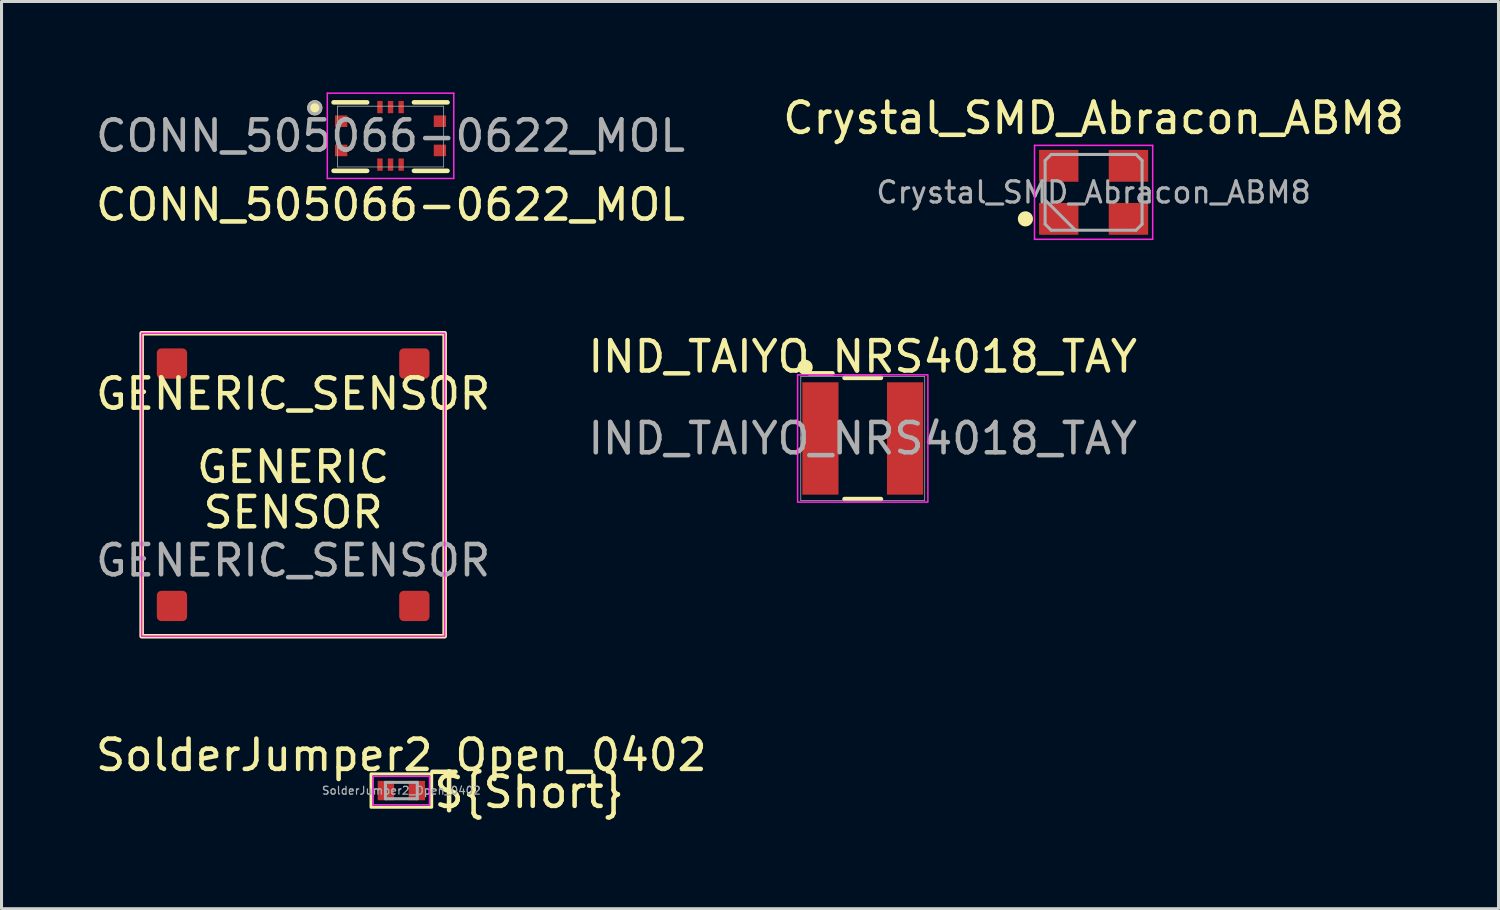
<source format=kicad_pcb>
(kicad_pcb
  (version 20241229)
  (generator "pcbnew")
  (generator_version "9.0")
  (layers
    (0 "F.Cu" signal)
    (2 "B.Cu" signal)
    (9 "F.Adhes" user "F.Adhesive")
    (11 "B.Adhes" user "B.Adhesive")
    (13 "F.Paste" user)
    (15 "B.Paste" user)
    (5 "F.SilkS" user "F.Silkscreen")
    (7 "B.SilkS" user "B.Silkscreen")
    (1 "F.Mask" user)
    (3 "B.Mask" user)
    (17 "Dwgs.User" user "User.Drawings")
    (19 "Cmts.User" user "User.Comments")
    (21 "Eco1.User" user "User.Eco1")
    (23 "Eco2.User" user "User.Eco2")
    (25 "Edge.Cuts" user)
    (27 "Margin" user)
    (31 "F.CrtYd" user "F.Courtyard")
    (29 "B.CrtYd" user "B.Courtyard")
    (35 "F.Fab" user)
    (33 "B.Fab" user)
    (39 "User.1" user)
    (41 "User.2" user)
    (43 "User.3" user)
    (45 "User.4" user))
  (footprint "IND_TAIYO_NRS4018_TAY"
    (layer "F.Cu")
    (at 25.423 11.421)
    (property "Reference" "IND_TAIYO_NRS4018_TAY" (at 0 -2.7 0) (unlocked yes) (layer "F.SilkS") (effects (font (size 1 1) (thickness 0.15))))
    (attr smd)
    (fp_line (start -0.6 2) (end 0.6 2) (stroke (width 0.15) (type solid)) (layer "F.SilkS"))
    (fp_line (start 0.6 -2) (end -0.6 -2) (stroke (width 0.15) (type solid)) (layer "F.SilkS"))
    (fp_circle (center -1.9 -2.35) (end -1.7 -2.35) (stroke (width 0.1) (type solid)) (fill yes) (layer "F.SilkS"))
    (fp_rect (start -2.15 -2.1) (end 2.15 2.1) (stroke (width 0.05) (type default)) (fill no) (layer "F.CrtYd"))
    (fp_line (start -2.045 -2.045) (end -2.045 2.045) (stroke (width 0.025) (type solid)) (layer "F.Fab"))
    (fp_line (start -2.045 2.045) (end 2.045 2.045) (stroke (width 0.025) (type solid)) (layer "F.Fab"))
    (fp_line (start 2.045 -2.045) (end -2.045 -2.045) (stroke (width 0.025) (type solid)) (layer "F.Fab"))
    (fp_line (start 2.045 2.045) (end 2.045 -2.045) (stroke (width 0.025) (type solid)) (layer "F.Fab"))
    (fp_circle (center -1.968 0) (end -1.892 0) (stroke (width 0.025) (type solid)) (fill no) (layer "F.Fab"))
    (fp_text user "${REFERENCE}" (at 0 0 0) (unlocked yes) (layer "F.Fab") (effects (font (size 1 1) (thickness 0.15))))
    (pad "1" smd rect (at -1.397 0) (size 1.194 3.708) (layers "F.Cu" "F.Mask" "F.Paste"))
    (pad "2" smd rect (at 1.397 0) (size 1.194 3.708) (layers "F.Cu" "F.Mask" "F.Paste"))
    (zone (net_name "") (layer "F.Cu") (hatch full 0.508) (connect_pads) (min_thickness 0.254) (filled_areas_thickness no) (keepout (tracks not_allowed) (vias not_allowed) (pads allowed) (copperpour not_allowed) (footprints allowed)) (placement (enabled no)) (fill) (polygon (pts (xy 24.673 9.428) (xy 26.172 9.428) (xy 26.172 13.415) (xy 24.673 13.415)))))
  (footprint "GENERIC_SENSOR"
    (layer "F.Cu")
    (at 6.625 12.948)
    (property "Reference" "GENERIC_SENSOR" (at 0 -3 0) (unlocked yes) (layer "F.SilkS") (effects (font (size 1 1) (thickness 0.15))))
    (attr smd)
    (fp_rect (start -5 -5) (end 5 5) (stroke (width 0.15) (type solid)) (fill no) (layer "F.SilkS"))
    (fp_rect (start -5 -5) (end 5 5) (stroke (width 0.05) (type default)) (fill no) (layer "F.CrtYd"))
    (fp_text user "GENERIC\n" (at 0 0 0) (unlocked yes) (layer "F.SilkS") (effects (font (size 1 1) (thickness 0.15)) (justify bottom)))
    (fp_text user "SENSOR" (at 0 1.5 0) (unlocked yes) (layer "F.SilkS") (effects (font (size 1 1) (thickness 0.15)) (justify bottom)))
    (fp_text user "${REFERENCE}" (at 0 2.5 0) (unlocked yes) (layer "F.Fab") (effects (font (size 1 1) (thickness 0.15))))
    (pad "1" smd roundrect (at -4 -4) (size 1 1) (layers "F.Cu" "F.Mask" "F.Paste") (roundrect_rratio 0.15))
    (pad "2" smd roundrect (at -4 4) (size 1 1) (layers "F.Cu" "F.Mask" "F.Paste") (roundrect_rratio 0.15))
    (pad "3" smd roundrect (at 4 4) (size 1 1) (layers "F.Cu" "F.Mask" "F.Paste") (roundrect_rratio 0.15))
    (pad "4" smd roundrect (at 4 -4) (size 1 1) (layers "F.Cu" "F.Mask" "F.Paste") (roundrect_rratio 0.15)))
  (footprint "Crystal_SMD_Abracon_ABM8"
    (layer "F.Cu")
    (at 33.042 3.298)
    (property "Reference" "Crystal_SMD_Abracon_ABM8" (at 0 -2.45 0) (layer "F.SilkS") (effects (font (size 1 1) (thickness 0.15))))
    (attr smd)
    (fp_circle (center -2.25 0.875) (end -2.05 0.875) (stroke (width 0.1) (type solid)) (fill yes) (layer "F.SilkS"))
    (fp_line (start -1.95 -1.55) (end -1.95 1.55) (stroke (width 0.05) (type solid)) (layer "F.CrtYd"))
    (fp_line (start -1.95 1.55) (end 1.95 1.55) (stroke (width 0.05) (type solid)) (layer "F.CrtYd"))
    (fp_line (start 1.95 -1.55) (end -1.95 -1.55) (stroke (width 0.05) (type solid)) (layer "F.CrtYd"))
    (fp_line (start 1.95 1.55) (end 1.95 -1.55) (stroke (width 0.05) (type solid)) (layer "F.CrtYd"))
    (fp_line (start -1.6 -1.05) (end -1.4 -1.25) (stroke (width 0.1) (type solid)) (layer "F.Fab"))
    (fp_line (start -1.6 0.25) (end -0.6 1.25) (stroke (width 0.1) (type solid)) (layer "F.Fab"))
    (fp_line (start -1.6 1.05) (end -1.6 -1.05) (stroke (width 0.1) (type solid)) (layer "F.Fab"))
    (fp_line (start -1.4 -1.25) (end 1.4 -1.25) (stroke (width 0.1) (type solid)) (layer "F.Fab"))
    (fp_line (start -1.4 1.25) (end -1.6 1.05) (stroke (width 0.1) (type solid)) (layer "F.Fab"))
    (fp_line (start 1.4 -1.25) (end 1.6 -1.05) (stroke (width 0.1) (type solid)) (layer "F.Fab"))
    (fp_line (start 1.4 1.25) (end -1.4 1.25) (stroke (width 0.1) (type solid)) (layer "F.Fab"))
    (fp_line (start 1.6 -1.05) (end 1.6 1.05) (stroke (width 0.1) (type solid)) (layer "F.Fab"))
    (fp_line (start 1.6 1.05) (end 1.4 1.25) (stroke (width 0.1) (type solid)) (layer "F.Fab"))
    (fp_text user "${REFERENCE}" (at 0 0 0) (layer "F.Fab") (effects (font (size 0.7 0.7) (thickness 0.105))))
    (pad "1" smd rect (at -1.15 0.875) (size 1.3 1.05) (layers "F.Cu" "F.Mask" "F.Paste"))
    (pad "2" smd rect (at 1.15 0.875) (size 1.3 1.05) (layers "F.Cu" "F.Mask" "F.Paste"))
    (pad "3" smd rect (at 1.15 -0.875) (size 1.3 1.05) (layers "F.Cu" "F.Mask" "F.Paste"))
    (pad "4" smd rect (at -1.15 -0.875) (size 1.3 1.05) (layers "F.Cu" "F.Mask" "F.Paste")))
  (footprint "CONN_505066-0622_MOL"
    (layer "F.Cu")
    (at 9.839 1.458)
    (property "Reference" "CONN_505066-0622_MOL" (at 0 2.25 0) (unlocked yes) (layer "F.SilkS") (effects (font (size 1 1) (thickness 0.15))))
    (attr smd)
    (fp_line (start -1.88 1.13) (end -0.772 1.13) (stroke (width 0.15) (type solid)) (layer "F.SilkS"))
    (fp_line (start -0.772 -1.13) (end -1.88 -1.13) (stroke (width 0.15) (type solid)) (layer "F.SilkS"))
    (fp_line (start 0.772 1.13) (end 1.88 1.13) (stroke (width 0.15) (type solid)) (layer "F.SilkS"))
    (fp_line (start 1.88 -1.13) (end 0.772 -1.13) (stroke (width 0.15) (type solid)) (layer "F.SilkS"))
    (fp_circle (center -2.5 -0.95) (end -2.3 -0.95) (stroke (width 0.1) (type solid)) (fill yes) (layer "F.SilkS"))
    (fp_line (start -2.087 -1.433) (end -2.087 1.382) (stroke (width 0.05) (type solid)) (layer "F.CrtYd"))
    (fp_line (start -2.087 1.382) (end 2.087 1.382) (stroke (width 0.05) (type solid)) (layer "F.CrtYd"))
    (fp_line (start 2.087 -1.433) (end -2.087 -1.433) (stroke (width 0.05) (type solid)) (layer "F.CrtYd"))
    (fp_line (start 2.087 1.382) (end 2.087 -1.433) (stroke (width 0.05) (type solid)) (layer "F.CrtYd"))
    (fp_line (start -1.753 -1.003) (end -1.753 1.003) (stroke (width 0.025) (type solid)) (layer "F.Fab"))
    (fp_line (start -1.753 1.003) (end 1.753 1.003) (stroke (width 0.025) (type solid)) (layer "F.Fab"))
    (fp_line (start 1.753 -1.003) (end -1.753 -1.003) (stroke (width 0.025) (type solid)) (layer "F.Fab"))
    (fp_line (start 1.753 1.003) (end 1.753 -1.003) (stroke (width 0.025) (type solid)) (layer "F.Fab"))
    (fp_circle (center -2.5 -0.95) (end -2.3 -0.95) (stroke (width 0.1) (type solid)) (fill no) (layer "F.Fab"))
    (fp_text user "${REFERENCE}" (at 0 -0.025 0) (unlocked yes) (layer "F.Fab") (effects (font (size 1 1) (thickness 0.15))))
    (pad "1" smd rect (at -0.35 -0.975) (size 0.178 0.406) (layers "F.Cu" "F.Mask" "F.Paste"))
    (pad "2" smd rect (at -0.35 0.925) (size 0.178 0.406) (layers "F.Cu" "F.Mask" "F.Paste"))
    (pad "3" smd rect (at 0 -0.975) (size 0.178 0.406) (layers "F.Cu" "F.Mask" "F.Paste"))
    (pad "4" smd rect (at 0 0.925) (size 0.178 0.406) (layers "F.Cu" "F.Mask" "F.Paste"))
    (pad "5" smd rect (at 0.35 -0.975) (size 0.178 0.406) (layers "F.Cu" "F.Mask" "F.Paste"))
    (pad "6" smd rect (at 0.35 0.925) (size 0.178 0.406) (layers "F.Cu" "F.Mask" "F.Paste"))
    (pad "7" smd rect (at -1.63 -0.508) (size 0.406 0.381) (layers "F.Cu" "F.Mask" "F.Paste"))
    (pad "8" smd rect (at 1.63 -0.508) (size 0.406 0.381) (layers "F.Cu" "F.Mask" "F.Paste"))
    (pad "9" smd rect (at -1.63 0.457) (size 0.406 0.381) (layers "F.Cu" "F.Mask" "F.Paste"))
    (pad "10" smd rect (at 1.63 0.457) (size 0.406 0.381) (layers "F.Cu" "F.Mask" "F.Paste")))
  (footprint "SolderJumper2_Open_0402"
    (layer "F.Cu")
    (at 10.196 23.041)
    (property "Reference" "SolderJumper2_Open_0402" (at 0 -1.17 0) (layer "F.SilkS") (effects (font (size 1 1) (thickness 0.15))))
    (attr smd)
    (fp_rect (start -1 -0.55) (end 1 0.55) (stroke (width 0.1) (type default)) (fill no) (layer "F.SilkS"))
    (fp_line (start -0.93 -0.47) (end 0.93 -0.47) (stroke (width 0.05) (type solid)) (layer "F.CrtYd"))
    (fp_line (start -0.93 0.47) (end -0.93 -0.47) (stroke (width 0.05) (type solid)) (layer "F.CrtYd"))
    (fp_line (start 0.93 -0.47) (end 0.93 0.47) (stroke (width 0.05) (type solid)) (layer "F.CrtYd"))
    (fp_line (start 0.93 0.47) (end -0.93 0.47) (stroke (width 0.05) (type solid)) (layer "F.CrtYd"))
    (fp_line (start -0.525 -0.27) (end 0.525 -0.27) (stroke (width 0.1) (type solid)) (layer "F.Fab"))
    (fp_line (start -0.525 0.27) (end -0.525 -0.27) (stroke (width 0.1) (type solid)) (layer "F.Fab"))
    (fp_line (start 0.525 -0.27) (end 0.525 0.27) (stroke (width 0.1) (type solid)) (layer "F.Fab"))
    (fp_line (start 0.525 0.27) (end -0.525 0.27) (stroke (width 0.1) (type solid)) (layer "F.Fab"))
    (fp_text user "${Short}" (at 1 0.05 0) (unlocked yes) (layer "F.SilkS") (effects (font (size 1 1) (thickness 0.15)) (justify left)))
    (fp_text user "${REFERENCE}" (at 0 0 0) (layer "F.Fab") (effects (font (size 0.26 0.26) (thickness 0.04))))
    (pad "1" smd rect (at -0.51 0) (size 0.54 0.64) (layers "F.Cu" "F.Mask" "F.Paste"))
    (pad "2" smd rect (at 0.51 0) (size 0.54 0.64) (layers "F.Cu" "F.Mask" "F.Paste")))
  (gr_rect
    (start -3 -3)
    (end 46.405 26.94)
    (stroke (width 0.1) (type default))
    (fill no)
    (layer "Edge.Cuts")))
</source>
